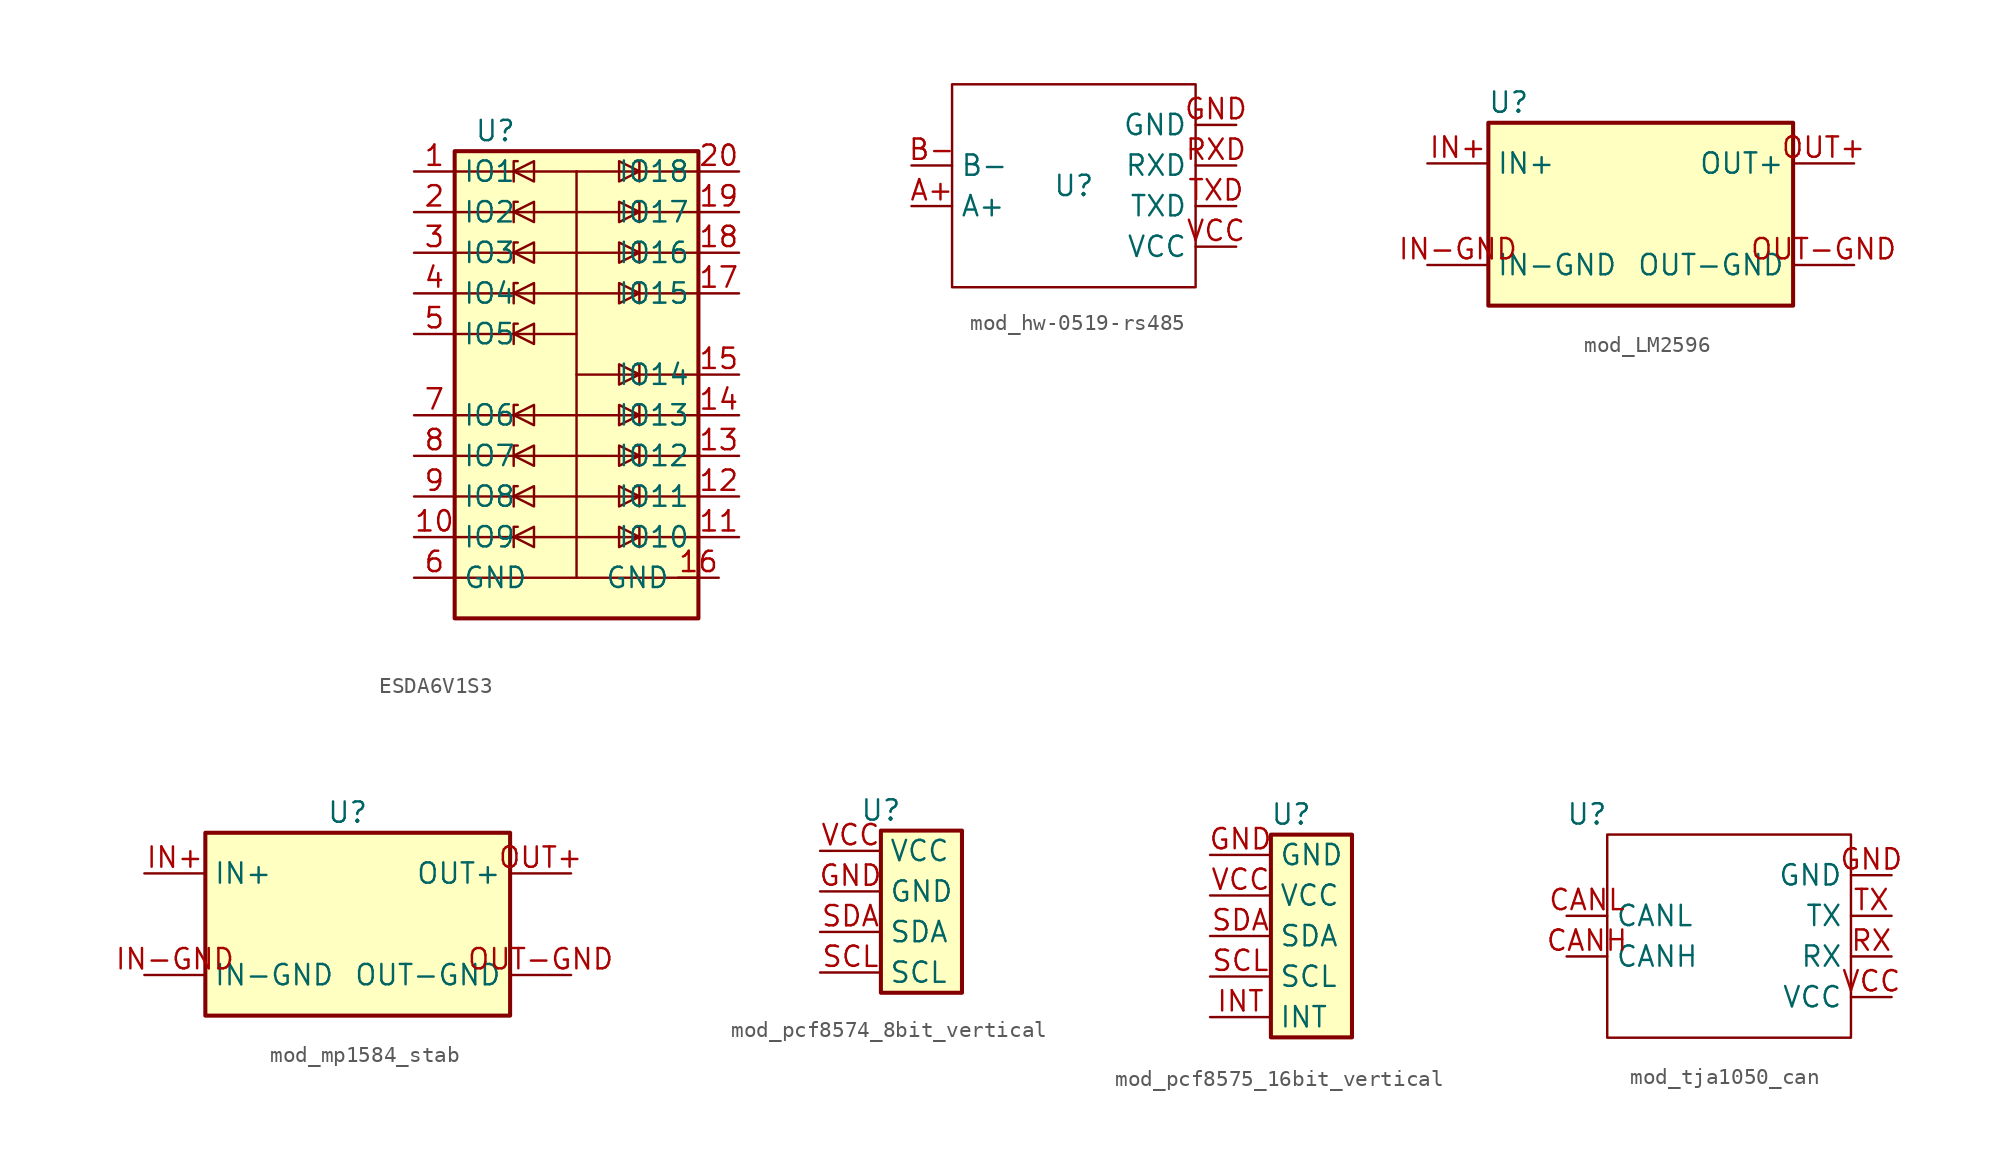
<source format=kicad_sym>
(kicad_symbol_lib
  (version 20220914)
  (generator kicad_symbol_editor)
  (symbol "ESDA6V1S3"
    (property "Reference" "U"
      (at -5.08 13.97 0)
      (effects (font (size 1.27 1.27))))
    (property "Value" ""
      (at -27.94 1.27 0)
      (effects (font (size 1.27 1.27))))
    (symbol "ESDA6V1S3_0_1"
      (rectangle (start -7.62 12.7) (end 7.62 -16.51) (stroke (width 0.254) (type default)) (fill (type background)))
      (polyline (pts (xy -7.62 -13.97) (xy 0 -13.97)) (stroke (width 0) (type default)) (fill (type none)))
      (polyline (pts (xy -7.62 -11.43) (xy 0 -11.43)) (stroke (width 0) (type default)) (fill (type none)))
      (polyline (pts (xy -7.62 -8.89) (xy 0 -8.89)) (stroke (width 0) (type default)) (fill (type none)))
      (polyline (pts (xy -7.62 -6.35) (xy 0 -6.35)) (stroke (width 0) (type default)) (fill (type none)))
      (polyline (pts (xy -7.62 -3.81) (xy 0 -3.81)) (stroke (width 0) (type default)) (fill (type none)))
      (polyline (pts (xy -7.62 1.27) (xy 0 1.27)) (stroke (width 0) (type default)) (fill (type none)))
      (polyline (pts (xy -7.62 3.81) (xy 0 3.81)) (stroke (width 0) (type default)) (fill (type none)))
      (polyline (pts (xy -7.62 6.35) (xy 0 6.35)) (stroke (width 0) (type default)) (fill (type none)))
      (polyline (pts (xy -7.62 8.89) (xy 0 8.89)) (stroke (width 0) (type default)) (fill (type none)))
      (polyline (pts (xy -7.62 11.43) (xy 0 11.43)) (stroke (width 0) (type default)) (fill (type none)))
      (polyline (pts (xy 0 -13.97) (xy 0 11.43)) (stroke (width 0) (type default)) (fill (type none)))
      (polyline (pts (xy 0 -13.97) (xy 7.62 -13.97)) (stroke (width 0) (type default)) (fill (type none)))
      (polyline (pts (xy 7.62 -11.43) (xy 0 -11.43)) (stroke (width 0) (type default)) (fill (type none)))
      (polyline (pts (xy 7.62 -8.89) (xy 0 -8.89)) (stroke (width 0) (type default)) (fill (type none)))
      (polyline (pts (xy 7.62 -6.35) (xy 0 -6.35)) (stroke (width 0) (type default)) (fill (type none)))
      (polyline (pts (xy 7.62 -3.81) (xy 0 -3.81)) (stroke (width 0) (type default)) (fill (type none)))
      (polyline (pts (xy 7.62 -1.27) (xy 0 -1.27)) (stroke (width 0) (type default)) (fill (type none)))
      (polyline (pts (xy 7.62 3.81) (xy 0 3.81)) (stroke (width 0) (type default)) (fill (type none)))
      (polyline (pts (xy 7.62 6.35) (xy 0 6.35)) (stroke (width 0) (type default)) (fill (type none)))
      (polyline (pts (xy 7.62 8.89) (xy 0 8.89)) (stroke (width 0) (type default)) (fill (type none)))
      (polyline (pts (xy 7.62 11.43) (xy 0 11.43)) (stroke (width 0) (type default)) (fill (type none)))
      (polyline (pts (xy -3.93 -12.055) (xy -3.93 -10.785) (xy -3.676 -10.785)) (stroke (width 0) (type default)) (fill (type none)))
      (polyline (pts (xy -3.93 -9.515) (xy -3.93 -8.245) (xy -3.676 -8.245)) (stroke (width 0) (type default)) (fill (type none)))
      (polyline (pts (xy -3.93 -6.975) (xy -3.93 -5.705) (xy -3.676 -5.705)) (stroke (width 0) (type default)) (fill (type none)))
      (polyline (pts (xy -3.93 -4.435) (xy -3.93 -3.165) (xy -3.676 -3.165)) (stroke (width 0) (type default)) (fill (type none)))
      (polyline (pts (xy -3.93 0.645) (xy -3.93 1.915) (xy -3.676 1.915)) (stroke (width 0) (type default)) (fill (type none)))
      (polyline (pts (xy -3.93 3.185) (xy -3.93 4.455) (xy -3.676 4.455)) (stroke (width 0) (type default)) (fill (type none)))
      (polyline (pts (xy -3.93 5.725) (xy -3.93 6.995) (xy -3.676 6.995)) (stroke (width 0) (type default)) (fill (type none)))
      (polyline (pts (xy -3.93 8.265) (xy -3.93 9.535) (xy -3.676 9.535)) (stroke (width 0) (type default)) (fill (type none)))
      (polyline (pts (xy -3.93 10.805) (xy -3.93 12.075) (xy -3.676 12.075)) (stroke (width 0) (type default)) (fill (type none)))
      (polyline (pts (xy 3.93 -12.055) (xy 3.93 -10.785) (xy 3.676 -10.785)) (stroke (width 0) (type default)) (fill (type none)))
      (polyline (pts (xy 3.93 -9.515) (xy 3.93 -8.245) (xy 3.676 -8.245)) (stroke (width 0) (type default)) (fill (type none)))
      (polyline (pts (xy 3.93 -6.975) (xy 3.93 -5.705) (xy 3.676 -5.705)) (stroke (width 0) (type default)) (fill (type none)))
      (polyline (pts (xy 3.93 -4.435) (xy 3.93 -3.165) (xy 3.676 -3.165)) (stroke (width 0) (type default)) (fill (type none)))
      (polyline (pts (xy 3.93 -1.895) (xy 3.93 -0.625) (xy 3.676 -0.625)) (stroke (width 0) (type default)) (fill (type none)))
      (polyline (pts (xy 3.93 3.185) (xy 3.93 4.455) (xy 3.676 4.455)) (stroke (width 0) (type default)) (fill (type none)))
      (polyline (pts (xy 3.93 5.725) (xy 3.93 6.995) (xy 3.676 6.995)) (stroke (width 0) (type default)) (fill (type none)))
      (polyline (pts (xy 3.93 8.265) (xy 3.93 9.535) (xy 3.676 9.535)) (stroke (width 0) (type default)) (fill (type none)))
      (polyline (pts (xy 3.93 10.805) (xy 3.93 12.075) (xy 3.676 12.075)) (stroke (width 0) (type default)) (fill (type none)))
      (polyline (pts (xy -2.66 -12.055) (xy -2.66 -10.785) (xy -3.93 -11.42) (xy -2.66 -12.055)) (stroke (width 0) (type default)) (fill (type none)))
      (polyline (pts (xy -2.66 -9.515) (xy -2.66 -8.245) (xy -3.93 -8.88) (xy -2.66 -9.515)) (stroke (width 0) (type default)) (fill (type none)))
      (polyline (pts (xy -2.66 -6.975) (xy -2.66 -5.705) (xy -3.93 -6.34) (xy -2.66 -6.975)) (stroke (width 0) (type default)) (fill (type none)))
      (polyline (pts (xy -2.66 -4.435) (xy -2.66 -3.165) (xy -3.93 -3.8) (xy -2.66 -4.435)) (stroke (width 0) (type default)) (fill (type none)))
      (polyline (pts (xy -2.66 0.645) (xy -2.66 1.915) (xy -3.93 1.28) (xy -2.66 0.645)) (stroke (width 0) (type default)) (fill (type none)))
      (polyline (pts (xy -2.66 3.185) (xy -2.66 4.455) (xy -3.93 3.82) (xy -2.66 3.185)) (stroke (width 0) (type default)) (fill (type none)))
      (polyline (pts (xy -2.66 5.725) (xy -2.66 6.995) (xy -3.93 6.36) (xy -2.66 5.725)) (stroke (width 0) (type default)) (fill (type none)))
      (polyline (pts (xy -2.66 8.265) (xy -2.66 9.535) (xy -3.93 8.9) (xy -2.66 8.265)) (stroke (width 0) (type default)) (fill (type none)))
      (polyline (pts (xy -2.66 10.805) (xy -2.66 12.075) (xy -3.93 11.44) (xy -2.66 10.805)) (stroke (width 0) (type default)) (fill (type none)))
      (polyline (pts (xy 2.66 -12.055) (xy 2.66 -10.785) (xy 3.93 -11.42) (xy 2.66 -12.055)) (stroke (width 0) (type default)) (fill (type none)))
      (polyline (pts (xy 2.66 -9.515) (xy 2.66 -8.245) (xy 3.93 -8.88) (xy 2.66 -9.515)) (stroke (width 0) (type default)) (fill (type none)))
      (polyline (pts (xy 2.66 -6.975) (xy 2.66 -5.705) (xy 3.93 -6.34) (xy 2.66 -6.975)) (stroke (width 0) (type default)) (fill (type none)))
      (polyline (pts (xy 2.66 -4.435) (xy 2.66 -3.165) (xy 3.93 -3.8) (xy 2.66 -4.435)) (stroke (width 0) (type default)) (fill (type none)))
      (polyline (pts (xy 2.66 -1.895) (xy 2.66 -0.625) (xy 3.93 -1.26) (xy 2.66 -1.895)) (stroke (width 0) (type default)) (fill (type none)))
      (polyline (pts (xy 2.66 3.185) (xy 2.66 4.455) (xy 3.93 3.82) (xy 2.66 3.185)) (stroke (width 0) (type default)) (fill (type none)))
      (polyline (pts (xy 2.66 5.725) (xy 2.66 6.995) (xy 3.93 6.36) (xy 2.66 5.725)) (stroke (width 0) (type default)) (fill (type none)))
      (polyline (pts (xy 2.66 8.265) (xy 2.66 9.535) (xy 3.93 8.9) (xy 2.66 8.265)) (stroke (width 0) (type default)) (fill (type none)))
      (polyline (pts (xy 2.66 10.805) (xy 2.66 12.075) (xy 3.93 11.44) (xy 2.66 10.805)) (stroke (width 0) (type default)) (fill (type none))))
    (symbol "ESDA6V1S3_1_0"
      (pin power_in line (at 8.89 -13.97 180) (length 2.54) (name "GND" (effects (font (size 1.27 1.27)))) (number "16" (effects (font (size 1.27 1.27)))))
      (pin power_in line (at -10.16 -13.97 0) (length 2.54) (name "GND" (effects (font (size 1.27 1.27)))) (number "6" (effects (font (size 1.27 1.27))))))
    (symbol "ESDA6V1S3_1_1"
      (pin passive line (at -10.16 11.43 0) (length 2.54) (name "IO1" (effects (font (size 1.27 1.27)))) (number "1" (effects (font (size 1.27 1.27)))))
      (pin passive line (at -10.16 -11.43 0) (length 2.54) (name "IO9" (effects (font (size 1.27 1.27)))) (number "10" (effects (font (size 1.27 1.27)))))
      (pin passive line (at 10.16 -11.43 180) (length 2.54) (name "IO10" (effects (font (size 1.27 1.27)))) (number "11" (effects (font (size 1.27 1.27)))))
      (pin passive line (at 10.16 -8.89 180) (length 2.54) (name "IO11" (effects (font (size 1.27 1.27)))) (number "12" (effects (font (size 1.27 1.27)))))
      (pin passive line (at 10.16 -6.35 180) (length 2.54) (name "IO12" (effects (font (size 1.27 1.27)))) (number "13" (effects (font (size 1.27 1.27)))))
      (pin passive line (at 10.16 -3.81 180) (length 2.54) (name "IO13" (effects (font (size 1.27 1.27)))) (number "14" (effects (font (size 1.27 1.27)))))
      (pin passive line (at 10.16 -1.27 180) (length 2.54) (name "IO14" (effects (font (size 1.27 1.27)))) (number "15" (effects (font (size 1.27 1.27)))))
      (pin passive line (at 10.16 3.81 180) (length 2.54) (name "IO15" (effects (font (size 1.27 1.27)))) (number "17" (effects (font (size 1.27 1.27)))))
      (pin passive line (at 10.16 6.35 180) (length 2.54) (name "IO16" (effects (font (size 1.27 1.27)))) (number "18" (effects (font (size 1.27 1.27)))))
      (pin passive line (at 10.16 8.89 180) (length 2.54) (name "IO17" (effects (font (size 1.27 1.27)))) (number "19" (effects (font (size 1.27 1.27)))))
      (pin passive line (at -10.16 8.89 0) (length 2.54) (name "IO2" (effects (font (size 1.27 1.27)))) (number "2" (effects (font (size 1.27 1.27)))))
      (pin passive line (at 10.16 11.43 180) (length 2.54) (name "IO18" (effects (font (size 1.27 1.27)))) (number "20" (effects (font (size 1.27 1.27)))))
      (pin passive line (at -10.16 6.35 0) (length 2.54) (name "IO3" (effects (font (size 1.27 1.27)))) (number "3" (effects (font (size 1.27 1.27)))))
      (pin passive line (at -10.16 3.81 0) (length 2.54) (name "IO4" (effects (font (size 1.27 1.27)))) (number "4" (effects (font (size 1.27 1.27)))))
      (pin passive line (at -10.16 1.27 0) (length 2.54) (name "IO5" (effects (font (size 1.27 1.27)))) (number "5" (effects (font (size 1.27 1.27)))))
      (pin passive line (at -10.16 -3.81 0) (length 2.54) (name "IO6" (effects (font (size 1.27 1.27)))) (number "7" (effects (font (size 1.27 1.27)))))
      (pin passive line (at -10.16 -6.35 0) (length 2.54) (name "IO7" (effects (font (size 1.27 1.27)))) (number "8" (effects (font (size 1.27 1.27)))))
      (pin passive line (at -10.16 -8.89 0) (length 2.54) (name "IO8" (effects (font (size 1.27 1.27)))) (number "9" (effects (font (size 1.27 1.27)))))))
  (symbol "mod_hw-0519-rs485"
    (property "Reference" "U"
      (at 0 0 0)
      (effects (font (size 1.27 1.27))))
    (property "Value" ""
      (at 0 0 0)
      (effects (font (size 1.27 1.27))))
    (symbol "mod_hw-0519-rs485_0_1"
      (rectangle (start -7.62 6.35) (end 7.62 -6.35) (stroke (width 0) (type default)) (fill (type none))))
    (symbol "mod_hw-0519-rs485_1_1"
      (pin bidirectional line (at -10.16 -1.27 0) (length 2.54) (name "A+" (effects (font (size 1.27 1.27)))) (number "A+" (effects (font (size 1.27 1.27)))))
      (pin bidirectional line (at -10.16 1.27 0) (length 2.54) (name "B-" (effects (font (size 1.27 1.27)))) (number "B-" (effects (font (size 1.27 1.27)))))
      (pin power_in line (at 10.16 3.81 180) (length 2.54) (name "GND" (effects (font (size 1.27 1.27)))) (number "GND" (effects (font (size 1.27 1.27)))))
      (pin output line (at 10.16 1.27 180) (length 2.54) (name "RXD" (effects (font (size 1.27 1.27)))) (number "RXD" (effects (font (size 1.27 1.27)))))
      (pin input line (at 10.16 -1.27 180) (length 2.54) (name "TXD" (effects (font (size 1.27 1.27)))) (number "TXD" (effects (font (size 1.27 1.27)))))
      (pin power_in line (at 10.16 -3.81 180) (length 2.54) (name "VCC" (effects (font (size 1.27 1.27)))) (number "VCC" (effects (font (size 1.27 1.27)))))))
  (symbol "mod_LM2596"
    (property "Reference" "U"
      (at 0 0 0)
      (effects (font (size 1.27 1.27))))
    (property "Value" ""
      (at 0 0 0)
      (effects (font (size 1.27 1.27))))
    (symbol "mod_LM2596_1_1"
      (rectangle (start -1.27 -1.27) (end 17.78 -12.7) (stroke (width 0.254) (type default)) (fill (type background)))
      (pin power_in line (at -5.08 -3.81 0) (length 3.81) (name "IN+" (effects (font (size 1.27 1.27)))) (number "IN+" (effects (font (size 1.27 1.27)))))
      (pin power_in line (at -5.08 -10.16 0) (length 3.81) (name "IN-GND" (effects (font (size 1.27 1.27)))) (number "IN-GND" (effects (font (size 1.27 1.27)))))
      (pin power_out line (at 21.59 -3.81 180) (length 3.81) (name "OUT+" (effects (font (size 1.27 1.27)))) (number "OUT+" (effects (font (size 1.27 1.27)))))
      (pin power_out line (at 21.59 -10.16 180) (length 3.81) (name "OUT-GND" (effects (font (size 1.27 1.27)))) (number "OUT-GND" (effects (font (size 1.27 1.27)))))))
  (symbol "mod_mp1584_stab"
    (property "Reference" "U"
      (at 0 0 0)
      (effects (font (size 1.27 1.27))))
    (property "Value" ""
      (at 0 0 0)
      (effects (font (size 1.27 1.27))))
    (symbol "mod_mp1584_stab_1_1"
      (rectangle (start -8.89 -1.27) (end 10.16 -12.7) (stroke (width 0.254) (type default)) (fill (type background)))
      (pin power_in line (at -12.7 -3.81 0) (length 3.81) (name "IN+" (effects (font (size 1.27 1.27)))) (number "IN+" (effects (font (size 1.27 1.27)))))
      (pin power_in line (at -12.7 -10.16 0) (length 3.81) (name "IN-GND" (effects (font (size 1.27 1.27)))) (number "IN-GND" (effects (font (size 1.27 1.27)))))
      (pin power_out line (at 13.97 -3.81 180) (length 3.81) (name "OUT+" (effects (font (size 1.27 1.27)))) (number "OUT+" (effects (font (size 1.27 1.27)))))
      (pin power_out line (at 13.97 -10.16 180) (length 3.81) (name "OUT-GND" (effects (font (size 1.27 1.27)))) (number "OUT-GND" (effects (font (size 1.27 1.27)))))))
  (symbol "mod_pcf8574_8bit_vertical"
    (property "Reference" "U"
      (at 0 0 0)
      (effects (font (size 1.27 1.27))))
    (property "Value" ""
      (at 0 0 0)
      (effects (font (size 1.27 1.27))))
    (symbol "mod_pcf8574_8bit_vertical_1_1"
      (rectangle (start 0 -1.27) (end 5.08 -11.43) (stroke (width 0.254) (type default)) (fill (type background)))
      (pin power_in line (at -3.81 -5.08 0) (length 3.81) (name "GND" (effects (font (size 1.27 1.27)))) (number "GND" (effects (font (size 1.27 1.27)))))
      (pin input line (at -3.81 -10.16 0) (length 3.81) (name "SCL" (effects (font (size 1.27 1.27)))) (number "SCL" (effects (font (size 1.27 1.27)))))
      (pin bidirectional line (at -3.81 -7.62 0) (length 3.81) (name "SDA" (effects (font (size 1.27 1.27)))) (number "SDA" (effects (font (size 1.27 1.27)))))
      (pin power_in line (at -3.81 -2.54 0) (length 3.81) (name "VCC" (effects (font (size 1.27 1.27)))) (number "VCC" (effects (font (size 1.27 1.27)))))))
  (symbol "mod_pcf8575_16bit_vertical"
    (property "Reference" "U"
      (at 0 0 0)
      (effects (font (size 1.27 1.27))))
    (property "Value" ""
      (at 0 0 0)
      (effects (font (size 1.27 1.27))))
    (symbol "mod_pcf8575_16bit_vertical_1_1"
      (rectangle (start -1.27 -1.27) (end 3.81 -13.97) (stroke (width 0.254) (type default)) (fill (type background)))
      (pin power_in line (at -5.08 -2.54 0) (length 3.81) (name "GND" (effects (font (size 1.27 1.27)))) (number "GND" (effects (font (size 1.27 1.27)))))
      (pin output line (at -5.08 -12.7 0) (length 3.81) (name "INT" (effects (font (size 1.27 1.27)))) (number "INT" (effects (font (size 1.27 1.27)))))
      (pin input line (at -5.08 -10.16 0) (length 3.81) (name "SCL" (effects (font (size 1.27 1.27)))) (number "SCL" (effects (font (size 1.27 1.27)))))
      (pin bidirectional line (at -5.08 -7.62 0) (length 3.81) (name "SDA" (effects (font (size 1.27 1.27)))) (number "SDA" (effects (font (size 1.27 1.27)))))
      (pin power_in line (at -5.08 -5.08 0) (length 3.81) (name "VCC" (effects (font (size 1.27 1.27)))) (number "VCC" (effects (font (size 1.27 1.27)))))))
  (symbol "mod_tja1050_can"
    (property "Reference" "U"
      (at -10.16 7.62 0)
      (effects (font (size 1.27 1.27))))
    (property "Value" ""
      (at 0 0 0)
      (effects (font (size 1.27 1.27))))
    (symbol "mod_tja1050_can_0_1"
      (rectangle (start -8.89 6.35) (end 6.35 -6.35) (stroke (width 0) (type default)) (fill (type none))))
    (symbol "mod_tja1050_can_1_1"
      (pin bidirectional line (at -11.43 -1.27 0) (length 2.54) (name "CANH" (effects (font (size 1.27 1.27)))) (number "CANH" (effects (font (size 1.27 1.27)))))
      (pin bidirectional line (at -11.43 1.27 0) (length 2.54) (name "CANL" (effects (font (size 1.27 1.27)))) (number "CANL" (effects (font (size 1.27 1.27)))))
      (pin power_in line (at 8.89 3.81 180) (length 2.54) (name "GND" (effects (font (size 1.27 1.27)))) (number "GND" (effects (font (size 1.27 1.27)))))
      (pin output line (at 8.89 -1.27 180) (length 2.54) (name "RX" (effects (font (size 1.27 1.27)))) (number "RX" (effects (font (size 1.27 1.27)))))
      (pin input line (at 8.89 1.27 180) (length 2.54) (name "TX" (effects (font (size 1.27 1.27)))) (number "TX" (effects (font (size 1.27 1.27)))))
      (pin power_in line (at 8.89 -3.81 180) (length 2.54) (name "VCC" (effects (font (size 1.27 1.27)))) (number "VCC" (effects (font (size 1.27 1.27))))))))
</source>
